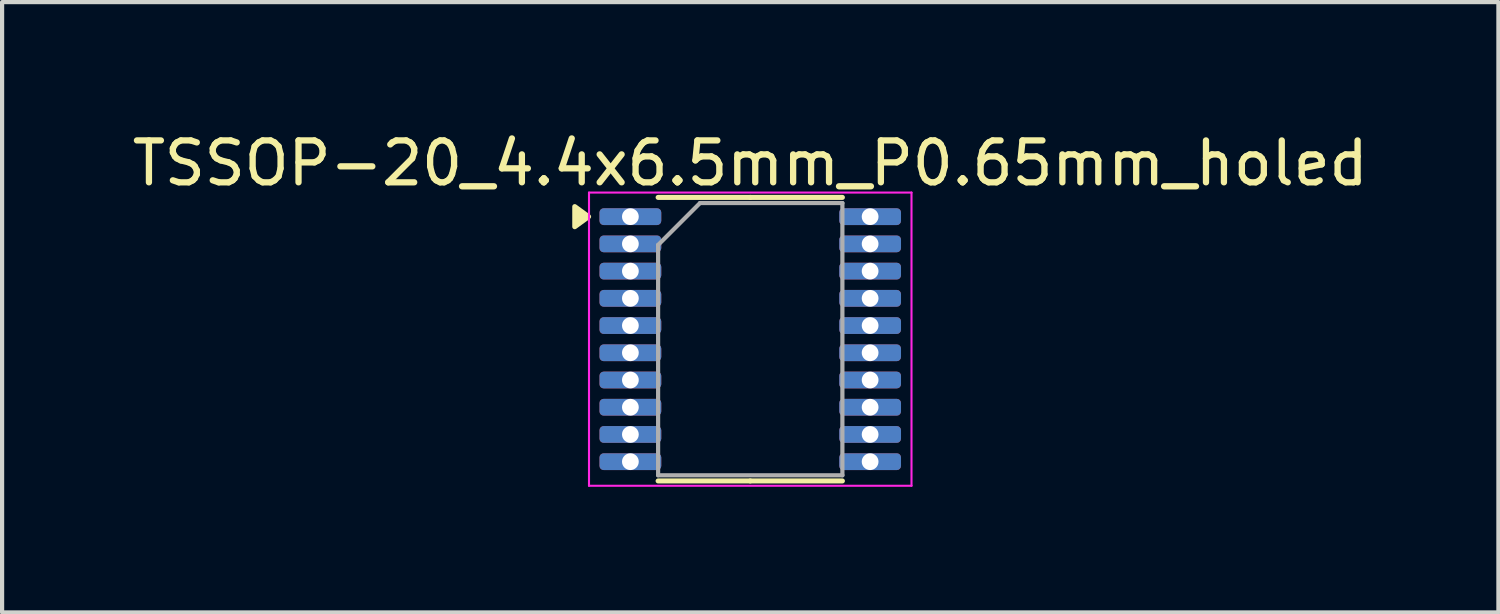
<source format=kicad_pcb>
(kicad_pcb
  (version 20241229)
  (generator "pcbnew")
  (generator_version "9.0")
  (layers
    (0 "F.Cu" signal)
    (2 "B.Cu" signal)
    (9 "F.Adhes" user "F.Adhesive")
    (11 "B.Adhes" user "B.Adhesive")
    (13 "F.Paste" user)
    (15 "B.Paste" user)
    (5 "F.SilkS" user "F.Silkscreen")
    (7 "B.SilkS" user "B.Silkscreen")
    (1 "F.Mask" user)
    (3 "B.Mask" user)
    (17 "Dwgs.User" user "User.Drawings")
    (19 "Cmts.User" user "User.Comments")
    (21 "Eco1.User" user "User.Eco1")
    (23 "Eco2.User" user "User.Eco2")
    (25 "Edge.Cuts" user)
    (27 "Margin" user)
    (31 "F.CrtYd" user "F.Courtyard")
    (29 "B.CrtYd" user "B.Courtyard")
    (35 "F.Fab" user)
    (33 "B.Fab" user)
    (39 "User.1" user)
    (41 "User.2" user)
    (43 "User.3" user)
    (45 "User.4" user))
  (footprint "TSSOP-20_4.4x6.5mm_P0.65mm_holed"
    (layer "F.Cu")
    (at 14.863 5.048)
    (property "Reference" "TSSOP-20_4.4x6.5mm_P0.65mm_holed" (at 0 -4.2 0) (layer "F.SilkS") (effects (font (size 1 1) (thickness 0.15))))
    (attr smd)
    (fp_line (start 0 -3.385) (end -2.2 -3.385) (stroke (width 0.12) (type solid)) (layer "F.SilkS"))
    (fp_line (start 0 -3.385) (end 2.2 -3.385) (stroke (width 0.12) (type solid)) (layer "F.SilkS"))
    (fp_line (start 0 3.385) (end -2.2 3.385) (stroke (width 0.12) (type solid)) (layer "F.SilkS"))
    (fp_line (start 0 3.385) (end 2.2 3.385) (stroke (width 0.12) (type solid)) (layer "F.SilkS"))
    (fp_poly (pts (xy -3.86 -2.925) (xy -4.19 -3.165) (xy -4.19 -2.685) (xy -3.86 -2.925)) (stroke (width 0.12) (type solid)) (fill yes) (layer "F.SilkS"))
    (fp_line (start -3.85 -3.5) (end -3.85 3.5) (stroke (width 0.05) (type solid)) (layer "F.CrtYd"))
    (fp_line (start -3.85 3.5) (end 3.85 3.5) (stroke (width 0.05) (type solid)) (layer "F.CrtYd"))
    (fp_line (start 3.85 -3.5) (end -3.85 -3.5) (stroke (width 0.05) (type solid)) (layer "F.CrtYd"))
    (fp_line (start 3.85 3.5) (end 3.85 -3.5) (stroke (width 0.05) (type solid)) (layer "F.CrtYd"))
    (fp_line (start -2.2 -2.25) (end -1.2 -3.25) (stroke (width 0.1) (type solid)) (layer "F.Fab"))
    (fp_line (start -2.2 3.25) (end -2.2 -2.25) (stroke (width 0.1) (type solid)) (layer "F.Fab"))
    (fp_line (start -1.2 -3.25) (end 2.2 -3.25) (stroke (width 0.1) (type solid)) (layer "F.Fab"))
    (fp_line (start 2.2 -3.25) (end 2.2 3.25) (stroke (width 0.1) (type solid)) (layer "F.Fab"))
    (fp_line (start 2.2 3.25) (end -2.2 3.25) (stroke (width 0.1) (type solid)) (layer "F.Fab"))
    (pad "1" thru_hole roundrect (at -2.862 -2.925) (size 1.475 0.4) (drill 0.4) (layers "*.Cu" "*.Mask") (roundrect_rratio 0.25))
    (pad "2" thru_hole roundrect (at -2.862 -2.275) (size 1.475 0.4) (drill 0.4) (layers "*.Cu" "*.Mask") (roundrect_rratio 0.25))
    (pad "3" thru_hole roundrect (at -2.862 -1.625) (size 1.475 0.4) (drill 0.4) (layers "*.Cu" "*.Mask") (roundrect_rratio 0.25))
    (pad "4" thru_hole roundrect (at -2.862 -0.975) (size 1.475 0.4) (drill 0.4) (layers "*.Cu" "*.Mask") (roundrect_rratio 0.25))
    (pad "5" thru_hole roundrect (at -2.862 -0.325) (size 1.475 0.4) (drill 0.4) (layers "*.Cu" "*.Mask") (roundrect_rratio 0.25))
    (pad "6" thru_hole roundrect (at -2.862 0.325) (size 1.475 0.4) (drill 0.4) (layers "*.Cu" "*.Mask") (roundrect_rratio 0.25))
    (pad "7" thru_hole roundrect (at -2.862 0.975) (size 1.475 0.4) (drill 0.4) (layers "*.Cu" "*.Mask") (roundrect_rratio 0.25))
    (pad "8" thru_hole roundrect (at -2.862 1.625) (size 1.475 0.4) (drill 0.4) (layers "*.Cu" "*.Mask") (roundrect_rratio 0.25))
    (pad "9" thru_hole roundrect (at -2.862 2.275) (size 1.475 0.4) (drill 0.4) (layers "*.Cu" "*.Mask") (roundrect_rratio 0.25))
    (pad "10" thru_hole roundrect (at -2.862 2.925) (size 1.475 0.4) (drill 0.4) (layers "*.Cu" "*.Mask") (roundrect_rratio 0.25))
    (pad "11" thru_hole roundrect (at 2.862 2.925) (size 1.475 0.4) (drill 0.4) (layers "*.Cu" "*.Mask") (roundrect_rratio 0.25))
    (pad "12" thru_hole roundrect (at 2.862 2.275) (size 1.475 0.4) (drill 0.4) (layers "*.Cu" "*.Mask") (roundrect_rratio 0.25))
    (pad "13" thru_hole roundrect (at 2.862 1.625) (size 1.475 0.4) (drill 0.4) (layers "*.Cu" "*.Mask") (roundrect_rratio 0.25))
    (pad "14" thru_hole roundrect (at 2.862 0.975) (size 1.475 0.4) (drill 0.4) (layers "*.Cu" "*.Mask") (roundrect_rratio 0.25))
    (pad "15" thru_hole roundrect (at 2.862 0.325) (size 1.475 0.4) (drill 0.4) (layers "*.Cu" "*.Mask") (roundrect_rratio 0.25))
    (pad "16" thru_hole roundrect (at 2.862 -0.325) (size 1.475 0.4) (drill 0.4) (layers "*.Cu" "*.Mask") (roundrect_rratio 0.25))
    (pad "17" thru_hole roundrect (at 2.862 -0.975) (size 1.475 0.4) (drill 0.4) (layers "*.Cu" "*.Mask") (roundrect_rratio 0.25))
    (pad "18" thru_hole roundrect (at 2.862 -1.625) (size 1.475 0.4) (drill 0.4) (layers "*.Cu" "*.Mask") (roundrect_rratio 0.25))
    (pad "19" thru_hole roundrect (at 2.862 -2.275) (size 1.475 0.4) (drill 0.4) (layers "*.Cu" "*.Mask") (roundrect_rratio 0.25))
    (pad "20" thru_hole roundrect (at 2.862 -2.925) (size 1.475 0.4) (drill 0.4) (layers "*.Cu" "*.Mask") (roundrect_rratio 0.25)))
  (gr_rect
    (start -3 -3)
    (end 32.726 11.573)
    (stroke (width 0.1) (type default))
    (fill no)
    (layer "Edge.Cuts")))
</source>
